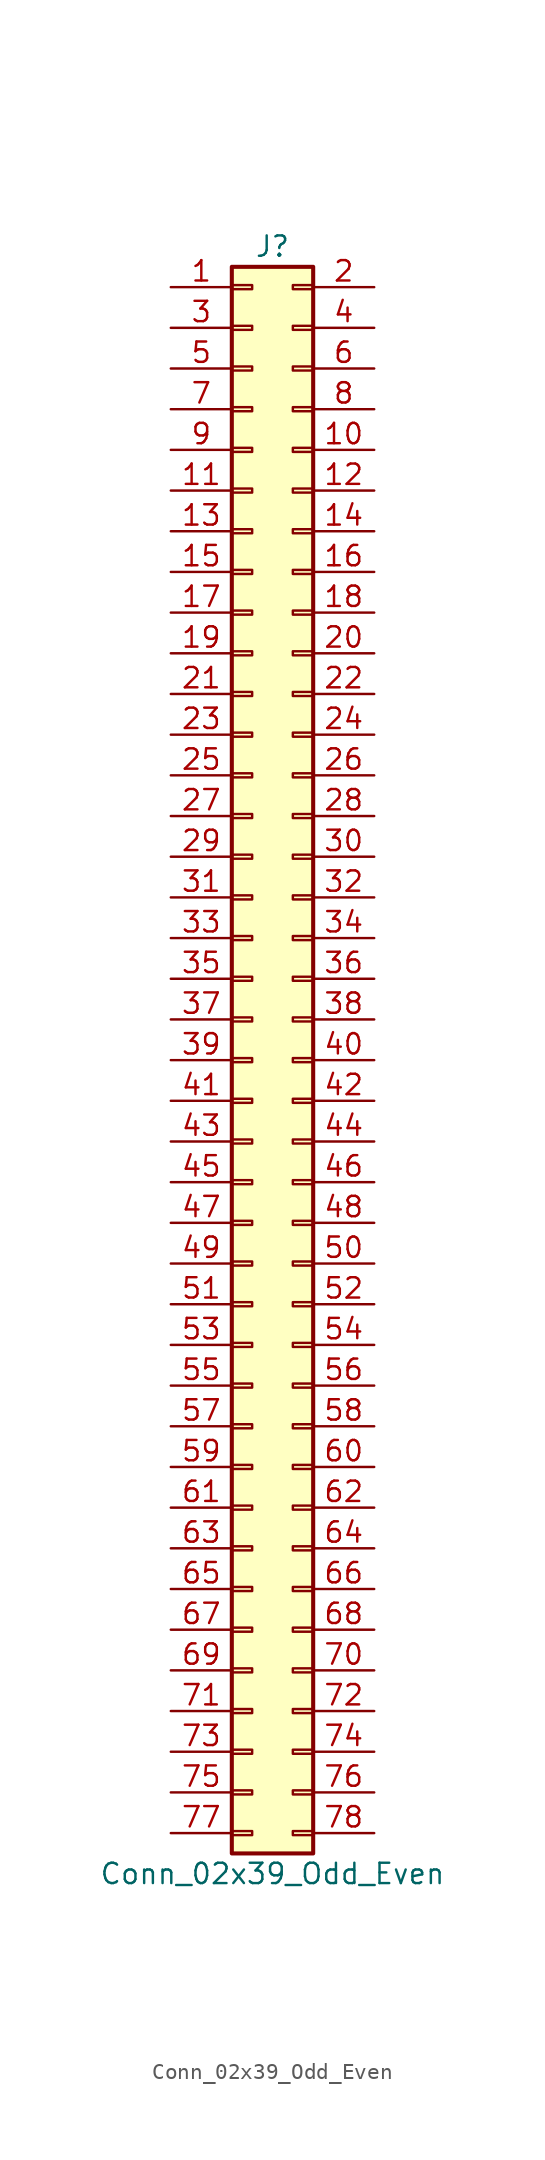
<source format=kicad_sym>
(kicad_symbol_lib
  (version 20211014)
  (generator kicad_symbol_editor)
  (symbol "Conn_02x39_Odd_Even"
    (pin_names
      (offset 1.016) hide)
    (property "Reference" "J"
      (at 1.27 50.8 0)
      (effects (font (size 1.27 1.27))))
    (property "Value" "Conn_02x39_Odd_Even"
      (at 1.27 -50.8 0)
      (effects (font (size 1.27 1.27))))
    (symbol "Conn_02x39_Odd_Even_1_1"
      (rectangle (start -1.27 -48.133) (end 0 -48.387) (stroke (width 0.152) (type default) (color 0 0 0 0)) (fill (type none)))
      (rectangle (start -1.27 -45.593) (end 0 -45.847) (stroke (width 0.152) (type default) (color 0 0 0 0)) (fill (type none)))
      (rectangle (start -1.27 -43.053) (end 0 -43.307) (stroke (width 0.152) (type default) (color 0 0 0 0)) (fill (type none)))
      (rectangle (start -1.27 -40.513) (end 0 -40.767) (stroke (width 0.152) (type default) (color 0 0 0 0)) (fill (type none)))
      (rectangle (start -1.27 -37.973) (end 0 -38.227) (stroke (width 0.152) (type default) (color 0 0 0 0)) (fill (type none)))
      (rectangle (start -1.27 -35.433) (end 0 -35.687) (stroke (width 0.152) (type default) (color 0 0 0 0)) (fill (type none)))
      (rectangle (start -1.27 -32.893) (end 0 -33.147) (stroke (width 0.152) (type default) (color 0 0 0 0)) (fill (type none)))
      (rectangle (start -1.27 -30.353) (end 0 -30.607) (stroke (width 0.152) (type default) (color 0 0 0 0)) (fill (type none)))
      (rectangle (start -1.27 -27.813) (end 0 -28.067) (stroke (width 0.152) (type default) (color 0 0 0 0)) (fill (type none)))
      (rectangle (start -1.27 -25.273) (end 0 -25.527) (stroke (width 0.152) (type default) (color 0 0 0 0)) (fill (type none)))
      (rectangle (start -1.27 -22.733) (end 0 -22.987) (stroke (width 0.152) (type default) (color 0 0 0 0)) (fill (type none)))
      (rectangle (start -1.27 -20.193) (end 0 -20.447) (stroke (width 0.152) (type default) (color 0 0 0 0)) (fill (type none)))
      (rectangle (start -1.27 -17.653) (end 0 -17.907) (stroke (width 0.152) (type default) (color 0 0 0 0)) (fill (type none)))
      (rectangle (start -1.27 -15.113) (end 0 -15.367) (stroke (width 0.152) (type default) (color 0 0 0 0)) (fill (type none)))
      (rectangle (start -1.27 -12.573) (end 0 -12.827) (stroke (width 0.152) (type default) (color 0 0 0 0)) (fill (type none)))
      (rectangle (start -1.27 -10.033) (end 0 -10.287) (stroke (width 0.152) (type default) (color 0 0 0 0)) (fill (type none)))
      (rectangle (start -1.27 -7.493) (end 0 -7.747) (stroke (width 0.152) (type default) (color 0 0 0 0)) (fill (type none)))
      (rectangle (start -1.27 -4.953) (end 0 -5.207) (stroke (width 0.152) (type default) (color 0 0 0 0)) (fill (type none)))
      (rectangle (start -1.27 -2.413) (end 0 -2.667) (stroke (width 0.152) (type default) (color 0 0 0 0)) (fill (type none)))
      (rectangle (start -1.27 0.127) (end 0 -0.127) (stroke (width 0.152) (type default) (color 0 0 0 0)) (fill (type none)))
      (rectangle (start -1.27 2.667) (end 0 2.413) (stroke (width 0.152) (type default) (color 0 0 0 0)) (fill (type none)))
      (rectangle (start -1.27 5.207) (end 0 4.953) (stroke (width 0.152) (type default) (color 0 0 0 0)) (fill (type none)))
      (rectangle (start -1.27 7.747) (end 0 7.493) (stroke (width 0.152) (type default) (color 0 0 0 0)) (fill (type none)))
      (rectangle (start -1.27 10.287) (end 0 10.033) (stroke (width 0.152) (type default) (color 0 0 0 0)) (fill (type none)))
      (rectangle (start -1.27 12.827) (end 0 12.573) (stroke (width 0.152) (type default) (color 0 0 0 0)) (fill (type none)))
      (rectangle (start -1.27 15.367) (end 0 15.113) (stroke (width 0.152) (type default) (color 0 0 0 0)) (fill (type none)))
      (rectangle (start -1.27 17.907) (end 0 17.653) (stroke (width 0.152) (type default) (color 0 0 0 0)) (fill (type none)))
      (rectangle (start -1.27 20.447) (end 0 20.193) (stroke (width 0.152) (type default) (color 0 0 0 0)) (fill (type none)))
      (rectangle (start -1.27 22.987) (end 0 22.733) (stroke (width 0.152) (type default) (color 0 0 0 0)) (fill (type none)))
      (rectangle (start -1.27 25.527) (end 0 25.273) (stroke (width 0.152) (type default) (color 0 0 0 0)) (fill (type none)))
      (rectangle (start -1.27 28.067) (end 0 27.813) (stroke (width 0.152) (type default) (color 0 0 0 0)) (fill (type none)))
      (rectangle (start -1.27 30.607) (end 0 30.353) (stroke (width 0.152) (type default) (color 0 0 0 0)) (fill (type none)))
      (rectangle (start -1.27 33.147) (end 0 32.893) (stroke (width 0.152) (type default) (color 0 0 0 0)) (fill (type none)))
      (rectangle (start -1.27 35.687) (end 0 35.433) (stroke (width 0.152) (type default) (color 0 0 0 0)) (fill (type none)))
      (rectangle (start -1.27 38.227) (end 0 37.973) (stroke (width 0.152) (type default) (color 0 0 0 0)) (fill (type none)))
      (rectangle (start -1.27 40.767) (end 0 40.513) (stroke (width 0.152) (type default) (color 0 0 0 0)) (fill (type none)))
      (rectangle (start -1.27 43.307) (end 0 43.053) (stroke (width 0.152) (type default) (color 0 0 0 0)) (fill (type none)))
      (rectangle (start -1.27 45.847) (end 0 45.593) (stroke (width 0.152) (type default) (color 0 0 0 0)) (fill (type none)))
      (rectangle (start -1.27 48.387) (end 0 48.133) (stroke (width 0.152) (type default) (color 0 0 0 0)) (fill (type none)))
      (rectangle (start -1.27 49.53) (end 3.81 -49.53) (stroke (width 0.254) (type default) (color 0 0 0 0)) (fill (type background)))
      (rectangle (start 3.81 -48.133) (end 2.54 -48.387) (stroke (width 0.152) (type default) (color 0 0 0 0)) (fill (type none)))
      (rectangle (start 3.81 -45.593) (end 2.54 -45.847) (stroke (width 0.152) (type default) (color 0 0 0 0)) (fill (type none)))
      (rectangle (start 3.81 -43.053) (end 2.54 -43.307) (stroke (width 0.152) (type default) (color 0 0 0 0)) (fill (type none)))
      (rectangle (start 3.81 -40.513) (end 2.54 -40.767) (stroke (width 0.152) (type default) (color 0 0 0 0)) (fill (type none)))
      (rectangle (start 3.81 -37.973) (end 2.54 -38.227) (stroke (width 0.152) (type default) (color 0 0 0 0)) (fill (type none)))
      (rectangle (start 3.81 -35.433) (end 2.54 -35.687) (stroke (width 0.152) (type default) (color 0 0 0 0)) (fill (type none)))
      (rectangle (start 3.81 -32.893) (end 2.54 -33.147) (stroke (width 0.152) (type default) (color 0 0 0 0)) (fill (type none)))
      (rectangle (start 3.81 -30.353) (end 2.54 -30.607) (stroke (width 0.152) (type default) (color 0 0 0 0)) (fill (type none)))
      (rectangle (start 3.81 -27.813) (end 2.54 -28.067) (stroke (width 0.152) (type default) (color 0 0 0 0)) (fill (type none)))
      (rectangle (start 3.81 -25.273) (end 2.54 -25.527) (stroke (width 0.152) (type default) (color 0 0 0 0)) (fill (type none)))
      (rectangle (start 3.81 -22.733) (end 2.54 -22.987) (stroke (width 0.152) (type default) (color 0 0 0 0)) (fill (type none)))
      (rectangle (start 3.81 -20.193) (end 2.54 -20.447) (stroke (width 0.152) (type default) (color 0 0 0 0)) (fill (type none)))
      (rectangle (start 3.81 -17.653) (end 2.54 -17.907) (stroke (width 0.152) (type default) (color 0 0 0 0)) (fill (type none)))
      (rectangle (start 3.81 -15.113) (end 2.54 -15.367) (stroke (width 0.152) (type default) (color 0 0 0 0)) (fill (type none)))
      (rectangle (start 3.81 -12.573) (end 2.54 -12.827) (stroke (width 0.152) (type default) (color 0 0 0 0)) (fill (type none)))
      (rectangle (start 3.81 -10.033) (end 2.54 -10.287) (stroke (width 0.152) (type default) (color 0 0 0 0)) (fill (type none)))
      (rectangle (start 3.81 -7.493) (end 2.54 -7.747) (stroke (width 0.152) (type default) (color 0 0 0 0)) (fill (type none)))
      (rectangle (start 3.81 -4.953) (end 2.54 -5.207) (stroke (width 0.152) (type default) (color 0 0 0 0)) (fill (type none)))
      (rectangle (start 3.81 -2.413) (end 2.54 -2.667) (stroke (width 0.152) (type default) (color 0 0 0 0)) (fill (type none)))
      (rectangle (start 3.81 0.127) (end 2.54 -0.127) (stroke (width 0.152) (type default) (color 0 0 0 0)) (fill (type none)))
      (rectangle (start 3.81 2.667) (end 2.54 2.413) (stroke (width 0.152) (type default) (color 0 0 0 0)) (fill (type none)))
      (rectangle (start 3.81 5.207) (end 2.54 4.953) (stroke (width 0.152) (type default) (color 0 0 0 0)) (fill (type none)))
      (rectangle (start 3.81 7.747) (end 2.54 7.493) (stroke (width 0.152) (type default) (color 0 0 0 0)) (fill (type none)))
      (rectangle (start 3.81 10.287) (end 2.54 10.033) (stroke (width 0.152) (type default) (color 0 0 0 0)) (fill (type none)))
      (rectangle (start 3.81 12.827) (end 2.54 12.573) (stroke (width 0.152) (type default) (color 0 0 0 0)) (fill (type none)))
      (rectangle (start 3.81 15.367) (end 2.54 15.113) (stroke (width 0.152) (type default) (color 0 0 0 0)) (fill (type none)))
      (rectangle (start 3.81 17.907) (end 2.54 17.653) (stroke (width 0.152) (type default) (color 0 0 0 0)) (fill (type none)))
      (rectangle (start 3.81 20.447) (end 2.54 20.193) (stroke (width 0.152) (type default) (color 0 0 0 0)) (fill (type none)))
      (rectangle (start 3.81 22.987) (end 2.54 22.733) (stroke (width 0.152) (type default) (color 0 0 0 0)) (fill (type none)))
      (rectangle (start 3.81 25.527) (end 2.54 25.273) (stroke (width 0.152) (type default) (color 0 0 0 0)) (fill (type none)))
      (rectangle (start 3.81 28.067) (end 2.54 27.813) (stroke (width 0.152) (type default) (color 0 0 0 0)) (fill (type none)))
      (rectangle (start 3.81 30.607) (end 2.54 30.353) (stroke (width 0.152) (type default) (color 0 0 0 0)) (fill (type none)))
      (rectangle (start 3.81 33.147) (end 2.54 32.893) (stroke (width 0.152) (type default) (color 0 0 0 0)) (fill (type none)))
      (rectangle (start 3.81 35.687) (end 2.54 35.433) (stroke (width 0.152) (type default) (color 0 0 0 0)) (fill (type none)))
      (rectangle (start 3.81 38.227) (end 2.54 37.973) (stroke (width 0.152) (type default) (color 0 0 0 0)) (fill (type none)))
      (rectangle (start 3.81 40.767) (end 2.54 40.513) (stroke (width 0.152) (type default) (color 0 0 0 0)) (fill (type none)))
      (rectangle (start 3.81 43.307) (end 2.54 43.053) (stroke (width 0.152) (type default) (color 0 0 0 0)) (fill (type none)))
      (rectangle (start 3.81 45.847) (end 2.54 45.593) (stroke (width 0.152) (type default) (color 0 0 0 0)) (fill (type none)))
      (rectangle (start 3.81 48.387) (end 2.54 48.133) (stroke (width 0.152) (type default) (color 0 0 0 0)) (fill (type none)))
      (pin passive line (at -5.08 48.26 0) (length 3.81) (name "Pin_1" (effects (font (size 1.27 1.27)))) (number "1" (effects (font (size 1.27 1.27)))))
      (pin passive line (at 7.62 38.1 180) (length 3.81) (name "Pin_10" (effects (font (size 1.27 1.27)))) (number "10" (effects (font (size 1.27 1.27)))))
      (pin passive line (at -5.08 35.56 0) (length 3.81) (name "Pin_11" (effects (font (size 1.27 1.27)))) (number "11" (effects (font (size 1.27 1.27)))))
      (pin passive line (at 7.62 35.56 180) (length 3.81) (name "Pin_12" (effects (font (size 1.27 1.27)))) (number "12" (effects (font (size 1.27 1.27)))))
      (pin passive line (at -5.08 33.02 0) (length 3.81) (name "Pin_13" (effects (font (size 1.27 1.27)))) (number "13" (effects (font (size 1.27 1.27)))))
      (pin passive line (at 7.62 33.02 180) (length 3.81) (name "Pin_14" (effects (font (size 1.27 1.27)))) (number "14" (effects (font (size 1.27 1.27)))))
      (pin passive line (at -5.08 30.48 0) (length 3.81) (name "Pin_15" (effects (font (size 1.27 1.27)))) (number "15" (effects (font (size 1.27 1.27)))))
      (pin passive line (at 7.62 30.48 180) (length 3.81) (name "Pin_16" (effects (font (size 1.27 1.27)))) (number "16" (effects (font (size 1.27 1.27)))))
      (pin passive line (at -5.08 27.94 0) (length 3.81) (name "Pin_17" (effects (font (size 1.27 1.27)))) (number "17" (effects (font (size 1.27 1.27)))))
      (pin passive line (at 7.62 27.94 180) (length 3.81) (name "Pin_18" (effects (font (size 1.27 1.27)))) (number "18" (effects (font (size 1.27 1.27)))))
      (pin passive line (at -5.08 25.4 0) (length 3.81) (name "Pin_19" (effects (font (size 1.27 1.27)))) (number "19" (effects (font (size 1.27 1.27)))))
      (pin passive line (at 7.62 48.26 180) (length 3.81) (name "Pin_2" (effects (font (size 1.27 1.27)))) (number "2" (effects (font (size 1.27 1.27)))))
      (pin passive line (at 7.62 25.4 180) (length 3.81) (name "Pin_20" (effects (font (size 1.27 1.27)))) (number "20" (effects (font (size 1.27 1.27)))))
      (pin passive line (at -5.08 22.86 0) (length 3.81) (name "Pin_21" (effects (font (size 1.27 1.27)))) (number "21" (effects (font (size 1.27 1.27)))))
      (pin passive line (at 7.62 22.86 180) (length 3.81) (name "Pin_22" (effects (font (size 1.27 1.27)))) (number "22" (effects (font (size 1.27 1.27)))))
      (pin passive line (at -5.08 20.32 0) (length 3.81) (name "Pin_23" (effects (font (size 1.27 1.27)))) (number "23" (effects (font (size 1.27 1.27)))))
      (pin passive line (at 7.62 20.32 180) (length 3.81) (name "Pin_24" (effects (font (size 1.27 1.27)))) (number "24" (effects (font (size 1.27 1.27)))))
      (pin passive line (at -5.08 17.78 0) (length 3.81) (name "Pin_25" (effects (font (size 1.27 1.27)))) (number "25" (effects (font (size 1.27 1.27)))))
      (pin passive line (at 7.62 17.78 180) (length 3.81) (name "Pin_26" (effects (font (size 1.27 1.27)))) (number "26" (effects (font (size 1.27 1.27)))))
      (pin passive line (at -5.08 15.24 0) (length 3.81) (name "Pin_27" (effects (font (size 1.27 1.27)))) (number "27" (effects (font (size 1.27 1.27)))))
      (pin passive line (at 7.62 15.24 180) (length 3.81) (name "Pin_28" (effects (font (size 1.27 1.27)))) (number "28" (effects (font (size 1.27 1.27)))))
      (pin passive line (at -5.08 12.7 0) (length 3.81) (name "Pin_29" (effects (font (size 1.27 1.27)))) (number "29" (effects (font (size 1.27 1.27)))))
      (pin passive line (at -5.08 45.72 0) (length 3.81) (name "Pin_3" (effects (font (size 1.27 1.27)))) (number "3" (effects (font (size 1.27 1.27)))))
      (pin passive line (at 7.62 12.7 180) (length 3.81) (name "Pin_30" (effects (font (size 1.27 1.27)))) (number "30" (effects (font (size 1.27 1.27)))))
      (pin passive line (at -5.08 10.16 0) (length 3.81) (name "Pin_31" (effects (font (size 1.27 1.27)))) (number "31" (effects (font (size 1.27 1.27)))))
      (pin passive line (at 7.62 10.16 180) (length 3.81) (name "Pin_32" (effects (font (size 1.27 1.27)))) (number "32" (effects (font (size 1.27 1.27)))))
      (pin passive line (at -5.08 7.62 0) (length 3.81) (name "Pin_33" (effects (font (size 1.27 1.27)))) (number "33" (effects (font (size 1.27 1.27)))))
      (pin passive line (at 7.62 7.62 180) (length 3.81) (name "Pin_34" (effects (font (size 1.27 1.27)))) (number "34" (effects (font (size 1.27 1.27)))))
      (pin passive line (at -5.08 5.08 0) (length 3.81) (name "Pin_35" (effects (font (size 1.27 1.27)))) (number "35" (effects (font (size 1.27 1.27)))))
      (pin passive line (at 7.62 5.08 180) (length 3.81) (name "Pin_36" (effects (font (size 1.27 1.27)))) (number "36" (effects (font (size 1.27 1.27)))))
      (pin passive line (at -5.08 2.54 0) (length 3.81) (name "Pin_37" (effects (font (size 1.27 1.27)))) (number "37" (effects (font (size 1.27 1.27)))))
      (pin passive line (at 7.62 2.54 180) (length 3.81) (name "Pin_38" (effects (font (size 1.27 1.27)))) (number "38" (effects (font (size 1.27 1.27)))))
      (pin passive line (at -5.08 0 0) (length 3.81) (name "Pin_39" (effects (font (size 1.27 1.27)))) (number "39" (effects (font (size 1.27 1.27)))))
      (pin passive line (at 7.62 45.72 180) (length 3.81) (name "Pin_4" (effects (font (size 1.27 1.27)))) (number "4" (effects (font (size 1.27 1.27)))))
      (pin passive line (at 7.62 0 180) (length 3.81) (name "Pin_40" (effects (font (size 1.27 1.27)))) (number "40" (effects (font (size 1.27 1.27)))))
      (pin passive line (at -5.08 -2.54 0) (length 3.81) (name "Pin_41" (effects (font (size 1.27 1.27)))) (number "41" (effects (font (size 1.27 1.27)))))
      (pin passive line (at 7.62 -2.54 180) (length 3.81) (name "Pin_42" (effects (font (size 1.27 1.27)))) (number "42" (effects (font (size 1.27 1.27)))))
      (pin passive line (at -5.08 -5.08 0) (length 3.81) (name "Pin_43" (effects (font (size 1.27 1.27)))) (number "43" (effects (font (size 1.27 1.27)))))
      (pin passive line (at 7.62 -5.08 180) (length 3.81) (name "Pin_44" (effects (font (size 1.27 1.27)))) (number "44" (effects (font (size 1.27 1.27)))))
      (pin passive line (at -5.08 -7.62 0) (length 3.81) (name "Pin_45" (effects (font (size 1.27 1.27)))) (number "45" (effects (font (size 1.27 1.27)))))
      (pin passive line (at 7.62 -7.62 180) (length 3.81) (name "Pin_46" (effects (font (size 1.27 1.27)))) (number "46" (effects (font (size 1.27 1.27)))))
      (pin passive line (at -5.08 -10.16 0) (length 3.81) (name "Pin_47" (effects (font (size 1.27 1.27)))) (number "47" (effects (font (size 1.27 1.27)))))
      (pin passive line (at 7.62 -10.16 180) (length 3.81) (name "Pin_48" (effects (font (size 1.27 1.27)))) (number "48" (effects (font (size 1.27 1.27)))))
      (pin passive line (at -5.08 -12.7 0) (length 3.81) (name "Pin_49" (effects (font (size 1.27 1.27)))) (number "49" (effects (font (size 1.27 1.27)))))
      (pin passive line (at -5.08 43.18 0) (length 3.81) (name "Pin_5" (effects (font (size 1.27 1.27)))) (number "5" (effects (font (size 1.27 1.27)))))
      (pin passive line (at 7.62 -12.7 180) (length 3.81) (name "Pin_50" (effects (font (size 1.27 1.27)))) (number "50" (effects (font (size 1.27 1.27)))))
      (pin passive line (at -5.08 -15.24 0) (length 3.81) (name "Pin_51" (effects (font (size 1.27 1.27)))) (number "51" (effects (font (size 1.27 1.27)))))
      (pin passive line (at 7.62 -15.24 180) (length 3.81) (name "Pin_52" (effects (font (size 1.27 1.27)))) (number "52" (effects (font (size 1.27 1.27)))))
      (pin passive line (at -5.08 -17.78 0) (length 3.81) (name "Pin_53" (effects (font (size 1.27 1.27)))) (number "53" (effects (font (size 1.27 1.27)))))
      (pin passive line (at 7.62 -17.78 180) (length 3.81) (name "Pin_54" (effects (font (size 1.27 1.27)))) (number "54" (effects (font (size 1.27 1.27)))))
      (pin passive line (at -5.08 -20.32 0) (length 3.81) (name "Pin_55" (effects (font (size 1.27 1.27)))) (number "55" (effects (font (size 1.27 1.27)))))
      (pin passive line (at 7.62 -20.32 180) (length 3.81) (name "Pin_56" (effects (font (size 1.27 1.27)))) (number "56" (effects (font (size 1.27 1.27)))))
      (pin passive line (at -5.08 -22.86 0) (length 3.81) (name "Pin_57" (effects (font (size 1.27 1.27)))) (number "57" (effects (font (size 1.27 1.27)))))
      (pin passive line (at 7.62 -22.86 180) (length 3.81) (name "Pin_58" (effects (font (size 1.27 1.27)))) (number "58" (effects (font (size 1.27 1.27)))))
      (pin passive line (at -5.08 -25.4 0) (length 3.81) (name "Pin_59" (effects (font (size 1.27 1.27)))) (number "59" (effects (font (size 1.27 1.27)))))
      (pin passive line (at 7.62 43.18 180) (length 3.81) (name "Pin_6" (effects (font (size 1.27 1.27)))) (number "6" (effects (font (size 1.27 1.27)))))
      (pin passive line (at 7.62 -25.4 180) (length 3.81) (name "Pin_60" (effects (font (size 1.27 1.27)))) (number "60" (effects (font (size 1.27 1.27)))))
      (pin passive line (at -5.08 -27.94 0) (length 3.81) (name "Pin_61" (effects (font (size 1.27 1.27)))) (number "61" (effects (font (size 1.27 1.27)))))
      (pin passive line (at 7.62 -27.94 180) (length 3.81) (name "Pin_62" (effects (font (size 1.27 1.27)))) (number "62" (effects (font (size 1.27 1.27)))))
      (pin passive line (at -5.08 -30.48 0) (length 3.81) (name "Pin_63" (effects (font (size 1.27 1.27)))) (number "63" (effects (font (size 1.27 1.27)))))
      (pin passive line (at 7.62 -30.48 180) (length 3.81) (name "Pin_64" (effects (font (size 1.27 1.27)))) (number "64" (effects (font (size 1.27 1.27)))))
      (pin passive line (at -5.08 -33.02 0) (length 3.81) (name "Pin_65" (effects (font (size 1.27 1.27)))) (number "65" (effects (font (size 1.27 1.27)))))
      (pin passive line (at 7.62 -33.02 180) (length 3.81) (name "Pin_66" (effects (font (size 1.27 1.27)))) (number "66" (effects (font (size 1.27 1.27)))))
      (pin passive line (at -5.08 -35.56 0) (length 3.81) (name "Pin_67" (effects (font (size 1.27 1.27)))) (number "67" (effects (font (size 1.27 1.27)))))
      (pin passive line (at 7.62 -35.56 180) (length 3.81) (name "Pin_68" (effects (font (size 1.27 1.27)))) (number "68" (effects (font (size 1.27 1.27)))))
      (pin passive line (at -5.08 -38.1 0) (length 3.81) (name "Pin_69" (effects (font (size 1.27 1.27)))) (number "69" (effects (font (size 1.27 1.27)))))
      (pin passive line (at -5.08 40.64 0) (length 3.81) (name "Pin_7" (effects (font (size 1.27 1.27)))) (number "7" (effects (font (size 1.27 1.27)))))
      (pin passive line (at 7.62 -38.1 180) (length 3.81) (name "Pin_70" (effects (font (size 1.27 1.27)))) (number "70" (effects (font (size 1.27 1.27)))))
      (pin passive line (at -5.08 -40.64 0) (length 3.81) (name "Pin_71" (effects (font (size 1.27 1.27)))) (number "71" (effects (font (size 1.27 1.27)))))
      (pin passive line (at 7.62 -40.64 180) (length 3.81) (name "Pin_72" (effects (font (size 1.27 1.27)))) (number "72" (effects (font (size 1.27 1.27)))))
      (pin passive line (at -5.08 -43.18 0) (length 3.81) (name "Pin_73" (effects (font (size 1.27 1.27)))) (number "73" (effects (font (size 1.27 1.27)))))
      (pin passive line (at 7.62 -43.18 180) (length 3.81) (name "Pin_74" (effects (font (size 1.27 1.27)))) (number "74" (effects (font (size 1.27 1.27)))))
      (pin passive line (at -5.08 -45.72 0) (length 3.81) (name "Pin_75" (effects (font (size 1.27 1.27)))) (number "75" (effects (font (size 1.27 1.27)))))
      (pin passive line (at 7.62 -45.72 180) (length 3.81) (name "Pin_76" (effects (font (size 1.27 1.27)))) (number "76" (effects (font (size 1.27 1.27)))))
      (pin passive line (at -5.08 -48.26 0) (length 3.81) (name "Pin_77" (effects (font (size 1.27 1.27)))) (number "77" (effects (font (size 1.27 1.27)))))
      (pin passive line (at 7.62 -48.26 180) (length 3.81) (name "Pin_78" (effects (font (size 1.27 1.27)))) (number "78" (effects (font (size 1.27 1.27)))))
      (pin passive line (at 7.62 40.64 180) (length 3.81) (name "Pin_8" (effects (font (size 1.27 1.27)))) (number "8" (effects (font (size 1.27 1.27)))))
      (pin passive line (at -5.08 38.1 0) (length 3.81) (name "Pin_9" (effects (font (size 1.27 1.27)))) (number "9" (effects (font (size 1.27 1.27))))))))
</source>
